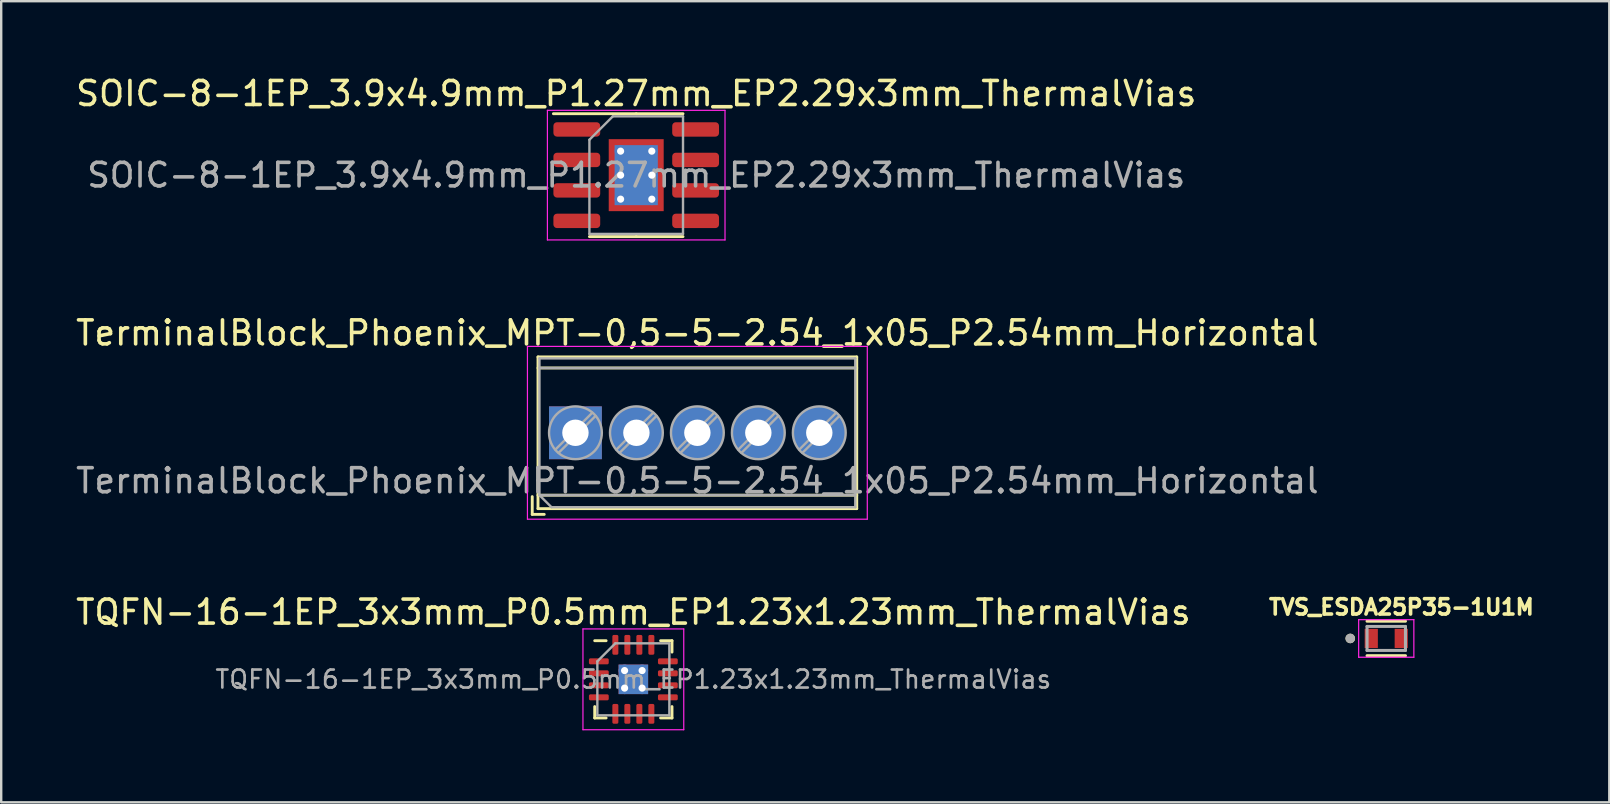
<source format=kicad_pcb>
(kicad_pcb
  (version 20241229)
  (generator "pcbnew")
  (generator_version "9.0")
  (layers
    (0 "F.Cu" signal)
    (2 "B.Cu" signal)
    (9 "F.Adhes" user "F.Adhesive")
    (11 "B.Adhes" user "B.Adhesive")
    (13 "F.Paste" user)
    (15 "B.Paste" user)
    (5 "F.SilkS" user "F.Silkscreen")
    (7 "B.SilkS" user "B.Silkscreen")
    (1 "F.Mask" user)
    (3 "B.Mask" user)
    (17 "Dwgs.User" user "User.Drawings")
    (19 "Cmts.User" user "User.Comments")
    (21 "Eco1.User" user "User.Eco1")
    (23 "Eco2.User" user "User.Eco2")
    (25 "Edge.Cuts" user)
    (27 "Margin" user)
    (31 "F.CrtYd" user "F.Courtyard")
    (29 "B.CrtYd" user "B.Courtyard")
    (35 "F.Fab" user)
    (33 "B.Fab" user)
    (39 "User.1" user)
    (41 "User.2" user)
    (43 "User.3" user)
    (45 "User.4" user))
  (footprint "TerminalBlock_Phoenix_MPT-0,5-5-2.54_1x05_P2.54mm_Horizontal"
    (layer "F.Cu")
    (at 20.926 14.982)
    (property "Reference" "TerminalBlock_Phoenix_MPT-0,5-5-2.54_1x05_P2.54mm_Horizontal" (at 5.08 -4.16 0) (layer "F.SilkS") (effects (font (size 1 1) (thickness 0.15))))
    (attr through_hole)
    (fp_line (start -1.8 2.66) (end -1.8 3.4) (stroke (width 0.12) (type solid)) (layer "F.SilkS"))
    (fp_line (start -1.8 3.4) (end -1.3 3.4) (stroke (width 0.12) (type solid)) (layer "F.SilkS"))
    (fp_line (start -1.56 -3.16) (end -1.56 3.16) (stroke (width 0.12) (type solid)) (layer "F.SilkS"))
    (fp_line (start -1.56 -3.16) (end 11.72 -3.16) (stroke (width 0.12) (type solid)) (layer "F.SilkS"))
    (fp_line (start -1.56 -2.7) (end 11.72 -2.7) (stroke (width 0.12) (type solid)) (layer "F.SilkS"))
    (fp_line (start -1.56 2.6) (end 11.72 2.6) (stroke (width 0.12) (type solid)) (layer "F.SilkS"))
    (fp_line (start -1.56 3.16) (end 11.72 3.16) (stroke (width 0.12) (type solid)) (layer "F.SilkS"))
    (fp_line (start 11.72 -3.16) (end 11.72 3.16) (stroke (width 0.12) (type solid)) (layer "F.SilkS"))
    (fp_line (start -2 -3.6) (end -2 3.6) (stroke (width 0.05) (type solid)) (layer "F.CrtYd"))
    (fp_line (start -2 3.6) (end 12.16 3.6) (stroke (width 0.05) (type solid)) (layer "F.CrtYd"))
    (fp_line (start 12.16 -3.6) (end -2 -3.6) (stroke (width 0.05) (type solid)) (layer "F.CrtYd"))
    (fp_line (start 12.16 3.6) (end 12.16 -3.6) (stroke (width 0.05) (type solid)) (layer "F.CrtYd"))
    (fp_line (start -1.5 -3.1) (end 11.66 -3.1) (stroke (width 0.1) (type solid)) (layer "F.Fab"))
    (fp_line (start -1.5 -2.7) (end 11.66 -2.7) (stroke (width 0.1) (type solid)) (layer "F.Fab"))
    (fp_line (start -1.5 2.6) (end -1.5 -3.1) (stroke (width 0.1) (type solid)) (layer "F.Fab"))
    (fp_line (start -1.5 2.6) (end 11.66 2.6) (stroke (width 0.1) (type solid)) (layer "F.Fab"))
    (fp_line (start -1 3.1) (end -1.5 2.6) (stroke (width 0.1) (type solid)) (layer "F.Fab"))
    (fp_line (start 0.701 -0.835) (end -0.835 0.7) (stroke (width 0.1) (type solid)) (layer "F.Fab"))
    (fp_line (start 0.835 -0.7) (end -0.701 0.835) (stroke (width 0.1) (type solid)) (layer "F.Fab"))
    (fp_line (start 3.241 -0.835) (end 1.706 0.7) (stroke (width 0.1) (type solid)) (layer "F.Fab"))
    (fp_line (start 3.375 -0.7) (end 1.84 0.835) (stroke (width 0.1) (type solid)) (layer "F.Fab"))
    (fp_line (start 5.781 -0.835) (end 4.246 0.7) (stroke (width 0.1) (type solid)) (layer "F.Fab"))
    (fp_line (start 5.915 -0.7) (end 4.38 0.835) (stroke (width 0.1) (type solid)) (layer "F.Fab"))
    (fp_line (start 8.321 -0.835) (end 6.786 0.7) (stroke (width 0.1) (type solid)) (layer "F.Fab"))
    (fp_line (start 8.455 -0.7) (end 6.92 0.835) (stroke (width 0.1) (type solid)) (layer "F.Fab"))
    (fp_line (start 10.861 -0.835) (end 9.326 0.7) (stroke (width 0.1) (type solid)) (layer "F.Fab"))
    (fp_line (start 10.995 -0.7) (end 9.46 0.835) (stroke (width 0.1) (type solid)) (layer "F.Fab"))
    (fp_line (start 11.66 -3.1) (end 11.66 3.1) (stroke (width 0.1) (type solid)) (layer "F.Fab"))
    (fp_line (start 11.66 3.1) (end -1 3.1) (stroke (width 0.1) (type solid)) (layer "F.Fab"))
    (fp_circle (center 0 0) (end 1.1 0) (stroke (width 0.1) (type solid)) (fill no) (layer "F.Fab"))
    (fp_circle (center 2.54 0) (end 3.64 0) (stroke (width 0.1) (type solid)) (fill no) (layer "F.Fab"))
    (fp_circle (center 5.08 0) (end 6.18 0) (stroke (width 0.1) (type solid)) (fill no) (layer "F.Fab"))
    (fp_circle (center 7.62 0) (end 8.72 0) (stroke (width 0.1) (type solid)) (fill no) (layer "F.Fab"))
    (fp_circle (center 10.16 0) (end 11.26 0) (stroke (width 0.1) (type solid)) (fill no) (layer "F.Fab"))
    (fp_text user "${REFERENCE}" (at 5.08 2 0) (layer "F.Fab") (effects (font (size 1 1) (thickness 0.15))))
    (pad "1" thru_hole rect (at 0 0) (size 2.2 2.2) (drill 1.1) (layers "*.Cu" "*.Mask"))
    (pad "2" thru_hole circle (at 2.54 0) (size 2.2 2.2) (drill 1.1) (layers "*.Cu" "*.Mask"))
    (pad "3" thru_hole circle (at 5.08 0) (size 2.2 2.2) (drill 1.1) (layers "*.Cu" "*.Mask"))
    (pad "4" thru_hole circle (at 7.62 0) (size 2.2 2.2) (drill 1.1) (layers "*.Cu" "*.Mask"))
    (pad "5" thru_hole circle (at 10.16 0) (size 2.2 2.2) (drill 1.1) (layers "*.Cu" "*.Mask")))
  (footprint "SOIC-8-1EP_3.9x4.9mm_P1.27mm_EP2.29x3mm_ThermalVias"
    (layer "F.Cu")
    (at 23.458 4.248)
    (property "Reference" "SOIC-8-1EP_3.9x4.9mm_P1.27mm_EP2.29x3mm_ThermalVias" (at 0 -3.4 180) (layer "F.SilkS") (effects (font (size 1 1) (thickness 0.15))))
    (attr smd)
    (fp_line (start 0 -2.56) (end -3.45 -2.56) (stroke (width 0.12) (type solid)) (layer "F.SilkS"))
    (fp_line (start 0 -2.56) (end 1.95 -2.56) (stroke (width 0.12) (type solid)) (layer "F.SilkS"))
    (fp_line (start 0 2.56) (end -1.95 2.56) (stroke (width 0.12) (type solid)) (layer "F.SilkS"))
    (fp_line (start 0 2.56) (end 1.95 2.56) (stroke (width 0.12) (type solid)) (layer "F.SilkS"))
    (fp_line (start -3.7 -2.7) (end -3.7 2.7) (stroke (width 0.05) (type solid)) (layer "F.CrtYd"))
    (fp_line (start -3.7 2.7) (end 3.7 2.7) (stroke (width 0.05) (type solid)) (layer "F.CrtYd"))
    (fp_line (start 3.7 -2.7) (end -3.7 -2.7) (stroke (width 0.05) (type solid)) (layer "F.CrtYd"))
    (fp_line (start 3.7 2.7) (end 3.7 -2.7) (stroke (width 0.05) (type solid)) (layer "F.CrtYd"))
    (fp_line (start -1.95 -1.475) (end -0.975 -2.45) (stroke (width 0.1) (type solid)) (layer "F.Fab"))
    (fp_line (start -1.95 2.45) (end -1.95 -1.475) (stroke (width 0.1) (type solid)) (layer "F.Fab"))
    (fp_line (start -0.975 -2.45) (end 1.95 -2.45) (stroke (width 0.1) (type solid)) (layer "F.Fab"))
    (fp_line (start 1.95 -2.45) (end 1.95 2.45) (stroke (width 0.1) (type solid)) (layer "F.Fab"))
    (fp_line (start 1.95 2.45) (end -1.95 2.45) (stroke (width 0.1) (type solid)) (layer "F.Fab"))
    (fp_text user "${REFERENCE}" (at 0 0 180) (layer "F.Fab") (effects (font (size 0.98 0.98) (thickness 0.15))))
    (pad "" smd roundrect (at -0.57 -0.75) (size 0.96 1.25) (layers "F.Paste") (roundrect_rratio 0.25))
    (pad "" smd roundrect (at -0.57 0.75) (size 0.96 1.25) (layers "F.Paste") (roundrect_rratio 0.25))
    (pad "" smd roundrect (at 0.57 -0.75) (size 0.96 1.25) (layers "F.Paste") (roundrect_rratio 0.25))
    (pad "" smd roundrect (at 0.57 0.75) (size 0.96 1.25) (layers "F.Paste") (roundrect_rratio 0.25))
    (pad "1" smd roundrect (at -2.475 -1.905) (size 1.95 0.6) (layers "F.Cu" "F.Mask" "F.Paste") (roundrect_rratio 0.25))
    (pad "2" smd roundrect (at -2.475 -0.635) (size 1.95 0.6) (layers "F.Cu" "F.Mask" "F.Paste") (roundrect_rratio 0.25))
    (pad "3" smd roundrect (at -2.475 0.635) (size 1.95 0.6) (layers "F.Cu" "F.Mask" "F.Paste") (roundrect_rratio 0.25))
    (pad "4" smd roundrect (at -2.475 1.905) (size 1.95 0.6) (layers "F.Cu" "F.Mask" "F.Paste") (roundrect_rratio 0.25))
    (pad "5" smd roundrect (at 2.475 1.905) (size 1.95 0.6) (layers "F.Cu" "F.Mask" "F.Paste") (roundrect_rratio 0.25))
    (pad "6" smd roundrect (at 2.475 0.635) (size 1.95 0.6) (layers "F.Cu" "F.Mask" "F.Paste") (roundrect_rratio 0.25))
    (pad "7" smd roundrect (at 2.475 -0.635) (size 1.95 0.6) (layers "F.Cu" "F.Mask" "F.Paste") (roundrect_rratio 0.25))
    (pad "8" smd roundrect (at 2.475 -1.905) (size 1.95 0.6) (layers "F.Cu" "F.Mask" "F.Paste") (roundrect_rratio 0.25))
    (pad "9" thru_hole circle (at -0.65 -1) (size 0.5 0.5) (drill 0.3) (layers "*.Cu"))
    (pad "9" thru_hole circle (at -0.65 0) (size 0.5 0.5) (drill 0.3) (layers "*.Cu"))
    (pad "9" thru_hole circle (at -0.65 1) (size 0.5 0.5) (drill 0.3) (layers "*.Cu"))
    (pad "9" smd rect (at 0 0) (size 1.8 2.5) (layers "B.Cu"))
    (pad "9" smd rect (at 0 0) (size 2.29 3) (layers "F.Cu" "F.Mask"))
    (pad "9" thru_hole circle (at 0.65 -1) (size 0.5 0.5) (drill 0.3) (layers "*.Cu"))
    (pad "9" thru_hole circle (at 0.65 0) (size 0.5 0.5) (drill 0.3) (layers "*.Cu"))
    (pad "9" thru_hole circle (at 0.65 1) (size 0.5 0.5) (drill 0.3) (layers "*.Cu")))
  (footprint "TVS_ESDA25P35-1U1M"
    (layer "F.Cu")
    (at 54.709 23.551)
    (property "Reference" "TVS_ESDA25P35-1U1M" (at 0.632 -1.306 0) (layer "F.SilkS") (effects (font (size 0.64 0.64) (thickness 0.15))))
    (attr smd)
    (fp_line (start -0.8 -0.72) (end 0.8 -0.72) (stroke (width 0.127) (type solid)) (layer "F.SilkS"))
    (fp_line (start -0.8 0.72) (end 0.8 0.72) (stroke (width 0.127) (type solid)) (layer "F.SilkS"))
    (fp_circle (center -1.5 0) (end -1.4 0) (stroke (width 0.2) (type solid)) (fill no) (layer "F.SilkS"))
    (fp_poly (pts (xy -0.885 -0.38) (xy -0.365 -0.38) (xy -0.365 0.38) (xy -0.885 0.38)) (stroke (width 0.01) (type solid)) (fill yes) (layer "F.Paste"))
    (fp_poly (pts (xy 0.365 -0.38) (xy 0.885 -0.38) (xy 0.885 0.38) (xy 0.365 0.38)) (stroke (width 0.01) (type solid)) (fill yes) (layer "F.Paste"))
    (fp_line (start -1.15 -0.783) (end -1.15 0.783) (stroke (width 0.05) (type solid)) (layer "F.CrtYd"))
    (fp_line (start -1.15 0.783) (end 1.15 0.783) (stroke (width 0.05) (type solid)) (layer "F.CrtYd"))
    (fp_line (start 1.15 -0.783) (end -1.15 -0.783) (stroke (width 0.05) (type solid)) (layer "F.CrtYd"))
    (fp_line (start 1.15 0.783) (end 1.15 -0.783) (stroke (width 0.05) (type solid)) (layer "F.CrtYd"))
    (fp_line (start -0.8 -0.5) (end 0.8 -0.5) (stroke (width 0.127) (type solid)) (layer "F.Fab"))
    (fp_line (start -0.8 0.5) (end -0.8 -0.5) (stroke (width 0.127) (type solid)) (layer "F.Fab"))
    (fp_line (start 0.8 -0.5) (end 0.8 0.5) (stroke (width 0.127) (type solid)) (layer "F.Fab"))
    (fp_line (start 0.8 0.5) (end -0.8 0.5) (stroke (width 0.127) (type solid)) (layer "F.Fab"))
    (fp_circle (center -1.5 0) (end -1.4 0) (stroke (width 0.2) (type solid)) (fill no) (layer "F.Fab"))
    (pad "1" smd rect (at -0.625 0) (size 0.55 0.8) (layers "F.Cu" "F.Mask"))
    (pad "2" smd rect (at 0.625 0) (size 0.55 0.8) (layers "F.Cu" "F.Mask")))
  (footprint "TQFN-16-1EP_3x3mm_P0.5mm_EP1.23x1.23mm_ThermalVias"
    (layer "F.Cu")
    (at 23.339 25.255)
    (property "Reference" "TQFN-16-1EP_3x3mm_P0.5mm_EP1.23x1.23mm_ThermalVias" (at 0 -2.8 0) (layer "F.SilkS") (effects (font (size 1 1) (thickness 0.15))))
    (attr smd)
    (fp_line (start -1.61 1.61) (end -1.61 1.135) (stroke (width 0.12) (type solid)) (layer "F.SilkS"))
    (fp_line (start -1.135 -1.61) (end -1.61 -1.61) (stroke (width 0.12) (type solid)) (layer "F.SilkS"))
    (fp_line (start -1.135 1.61) (end -1.61 1.61) (stroke (width 0.12) (type solid)) (layer "F.SilkS"))
    (fp_line (start 1.135 -1.61) (end 1.61 -1.61) (stroke (width 0.12) (type solid)) (layer "F.SilkS"))
    (fp_line (start 1.135 1.61) (end 1.61 1.61) (stroke (width 0.12) (type solid)) (layer "F.SilkS"))
    (fp_line (start 1.61 -1.61) (end 1.61 -1.135) (stroke (width 0.12) (type solid)) (layer "F.SilkS"))
    (fp_line (start 1.61 1.61) (end 1.61 1.135) (stroke (width 0.12) (type solid)) (layer "F.SilkS"))
    (fp_line (start -2.1 -2.1) (end -2.1 2.1) (stroke (width 0.05) (type solid)) (layer "F.CrtYd"))
    (fp_line (start -2.1 2.1) (end 2.1 2.1) (stroke (width 0.05) (type solid)) (layer "F.CrtYd"))
    (fp_line (start 2.1 -2.1) (end -2.1 -2.1) (stroke (width 0.05) (type solid)) (layer "F.CrtYd"))
    (fp_line (start 2.1 2.1) (end 2.1 -2.1) (stroke (width 0.05) (type solid)) (layer "F.CrtYd"))
    (fp_line (start -1.5 -0.75) (end -0.75 -1.5) (stroke (width 0.1) (type solid)) (layer "F.Fab"))
    (fp_line (start -1.5 1.5) (end -1.5 -0.75) (stroke (width 0.1) (type solid)) (layer "F.Fab"))
    (fp_line (start -0.75 -1.5) (end 1.5 -1.5) (stroke (width 0.1) (type solid)) (layer "F.Fab"))
    (fp_line (start 1.5 -1.5) (end 1.5 1.5) (stroke (width 0.1) (type solid)) (layer "F.Fab"))
    (fp_line (start 1.5 1.5) (end -1.5 1.5) (stroke (width 0.1) (type solid)) (layer "F.Fab"))
    (fp_text user "${REFERENCE}" (at 0 0 0) (layer "F.Fab") (effects (font (size 0.75 0.75) (thickness 0.11))))
    (pad "1" smd roundrect (at -1.438 -0.75) (size 0.825 0.25) (layers "F.Cu" "F.Mask" "F.Paste") (roundrect_rratio 0.25))
    (pad "2" smd roundrect (at -1.438 -0.25) (size 0.825 0.25) (layers "F.Cu" "F.Mask" "F.Paste") (roundrect_rratio 0.25))
    (pad "3" smd roundrect (at -1.438 0.25) (size 0.825 0.25) (layers "F.Cu" "F.Mask" "F.Paste") (roundrect_rratio 0.25))
    (pad "4" smd roundrect (at -1.438 0.75) (size 0.825 0.25) (layers "F.Cu" "F.Mask" "F.Paste") (roundrect_rratio 0.25))
    (pad "5" smd roundrect (at -0.75 1.438) (size 0.25 0.825) (layers "F.Cu" "F.Mask" "F.Paste") (roundrect_rratio 0.25))
    (pad "6" smd roundrect (at -0.25 1.438) (size 0.25 0.825) (layers "F.Cu" "F.Mask" "F.Paste") (roundrect_rratio 0.25))
    (pad "7" smd roundrect (at 0.25 1.438) (size 0.25 0.825) (layers "F.Cu" "F.Mask" "F.Paste") (roundrect_rratio 0.25))
    (pad "8" smd roundrect (at 0.75 1.438) (size 0.25 0.825) (layers "F.Cu" "F.Mask" "F.Paste") (roundrect_rratio 0.25))
    (pad "9" smd roundrect (at 1.438 0.75) (size 0.825 0.25) (layers "F.Cu" "F.Mask" "F.Paste") (roundrect_rratio 0.25))
    (pad "10" smd roundrect (at 1.438 0.25) (size 0.825 0.25) (layers "F.Cu" "F.Mask" "F.Paste") (roundrect_rratio 0.25))
    (pad "11" smd roundrect (at 1.438 -0.25) (size 0.825 0.25) (layers "F.Cu" "F.Mask" "F.Paste") (roundrect_rratio 0.25))
    (pad "12" smd roundrect (at 1.438 -0.75) (size 0.825 0.25) (layers "F.Cu" "F.Mask" "F.Paste") (roundrect_rratio 0.25))
    (pad "13" smd roundrect (at 0.75 -1.438) (size 0.25 0.825) (layers "F.Cu" "F.Mask" "F.Paste") (roundrect_rratio 0.25))
    (pad "14" smd roundrect (at 0.25 -1.438) (size 0.25 0.825) (layers "F.Cu" "F.Mask" "F.Paste") (roundrect_rratio 0.25))
    (pad "15" smd roundrect (at -0.25 -1.438) (size 0.25 0.825) (layers "F.Cu" "F.Mask" "F.Paste") (roundrect_rratio 0.25))
    (pad "16" smd roundrect (at -0.75 -1.438) (size 0.25 0.825) (layers "F.Cu" "F.Mask" "F.Paste") (roundrect_rratio 0.25))
    (pad "17" thru_hole circle (at -0.365 -0.365) (size 0.5 0.5) (drill 0.3) (layers "*.Cu"))
    (pad "17" thru_hole circle (at -0.365 0.365) (size 0.5 0.5) (drill 0.3) (layers "*.Cu"))
    (pad "17" smd rect (at 0 0) (size 1.23 1.23) (layers "F.Cu" "F.Mask"))
    (pad "17" smd rect (at 0 0) (size 1.23 1.23) (layers "B.Cu"))
    (pad "17" thru_hole circle (at 0.365 -0.365) (size 0.5 0.5) (drill 0.3) (layers "*.Cu"))
    (pad "17" thru_hole circle (at 0.365 0.365) (size 0.5 0.5) (drill 0.3) (layers "*.Cu")))
  (gr_rect
    (start -3 -3)
    (end 64.002 30.38)
    (stroke (width 0.1) (type default))
    (fill no)
    (layer "Edge.Cuts")))
</source>
